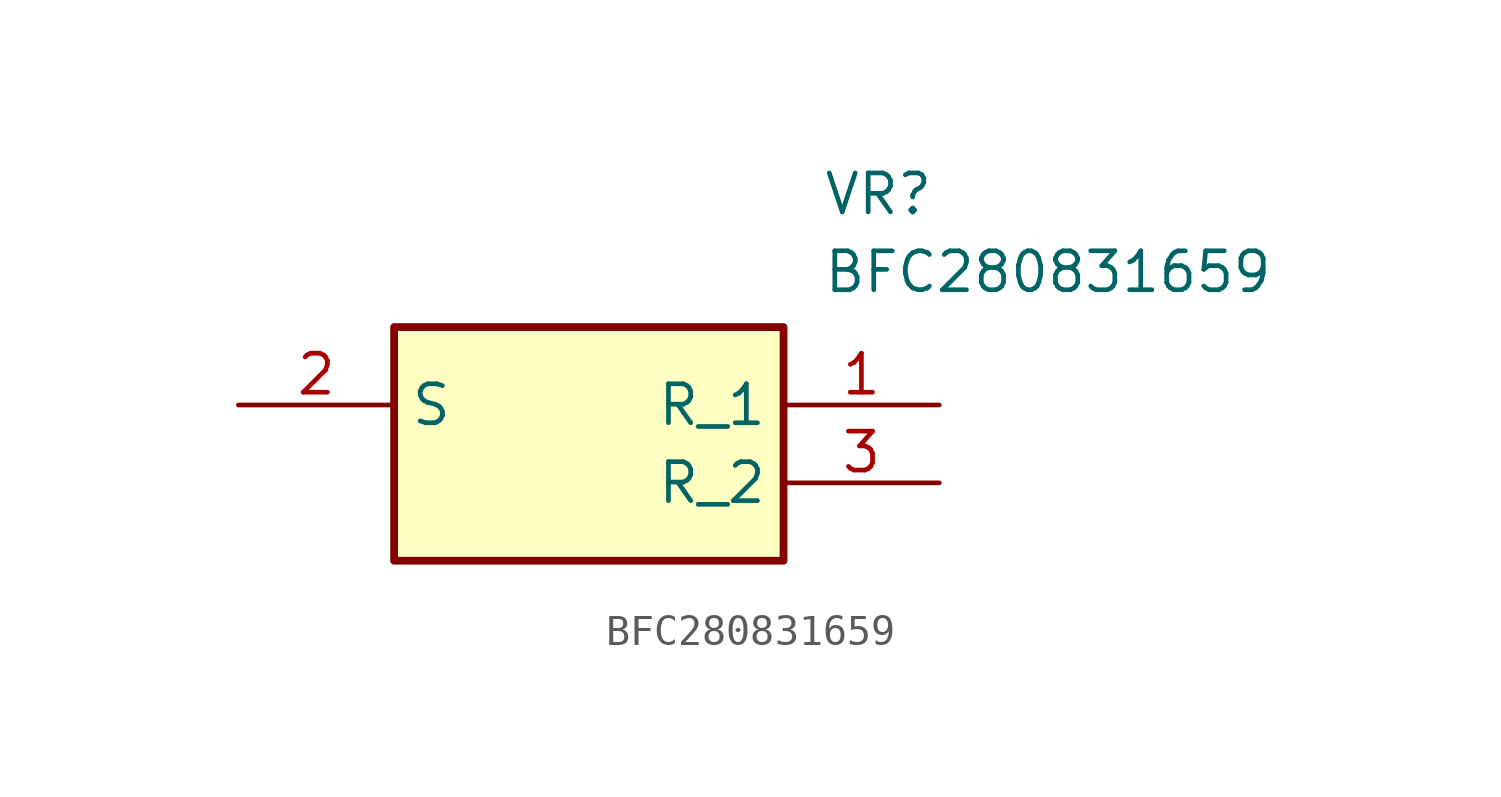
<source format=kicad_sym>
(kicad_symbol_lib
  (version 20220914)
  (generator kicad_symbol_editor)
  (symbol "BFC280831659"
    (property "Reference" "VR"
      (at 19.05 7.62 0)
      (effects (font (size 1.27 1.27)) (justify left top)))
    (property "Value" "BFC280831659"
      (at 19.05 5.08 0)
      (effects (font (size 1.27 1.27)) (justify left top)))
    (symbol "BFC280831659_1_1"
      (rectangle (start 5.08 2.54) (end 17.78 -5.08) (stroke (width 0.254) (type default)) (fill (type background)))
      (pin passive line (at 22.86 0 180) (length 5.08) (name "R_1" (effects (font (size 1.27 1.27)))) (number "1" (effects (font (size 1.27 1.27)))))
      (pin passive line (at 0 0 0) (length 5.08) (name "S" (effects (font (size 1.27 1.27)))) (number "2" (effects (font (size 1.27 1.27)))))
      (pin passive line (at 22.86 -2.54 180) (length 5.08) (name "R_2" (effects (font (size 1.27 1.27)))) (number "3" (effects (font (size 1.27 1.27))))))))
</source>
